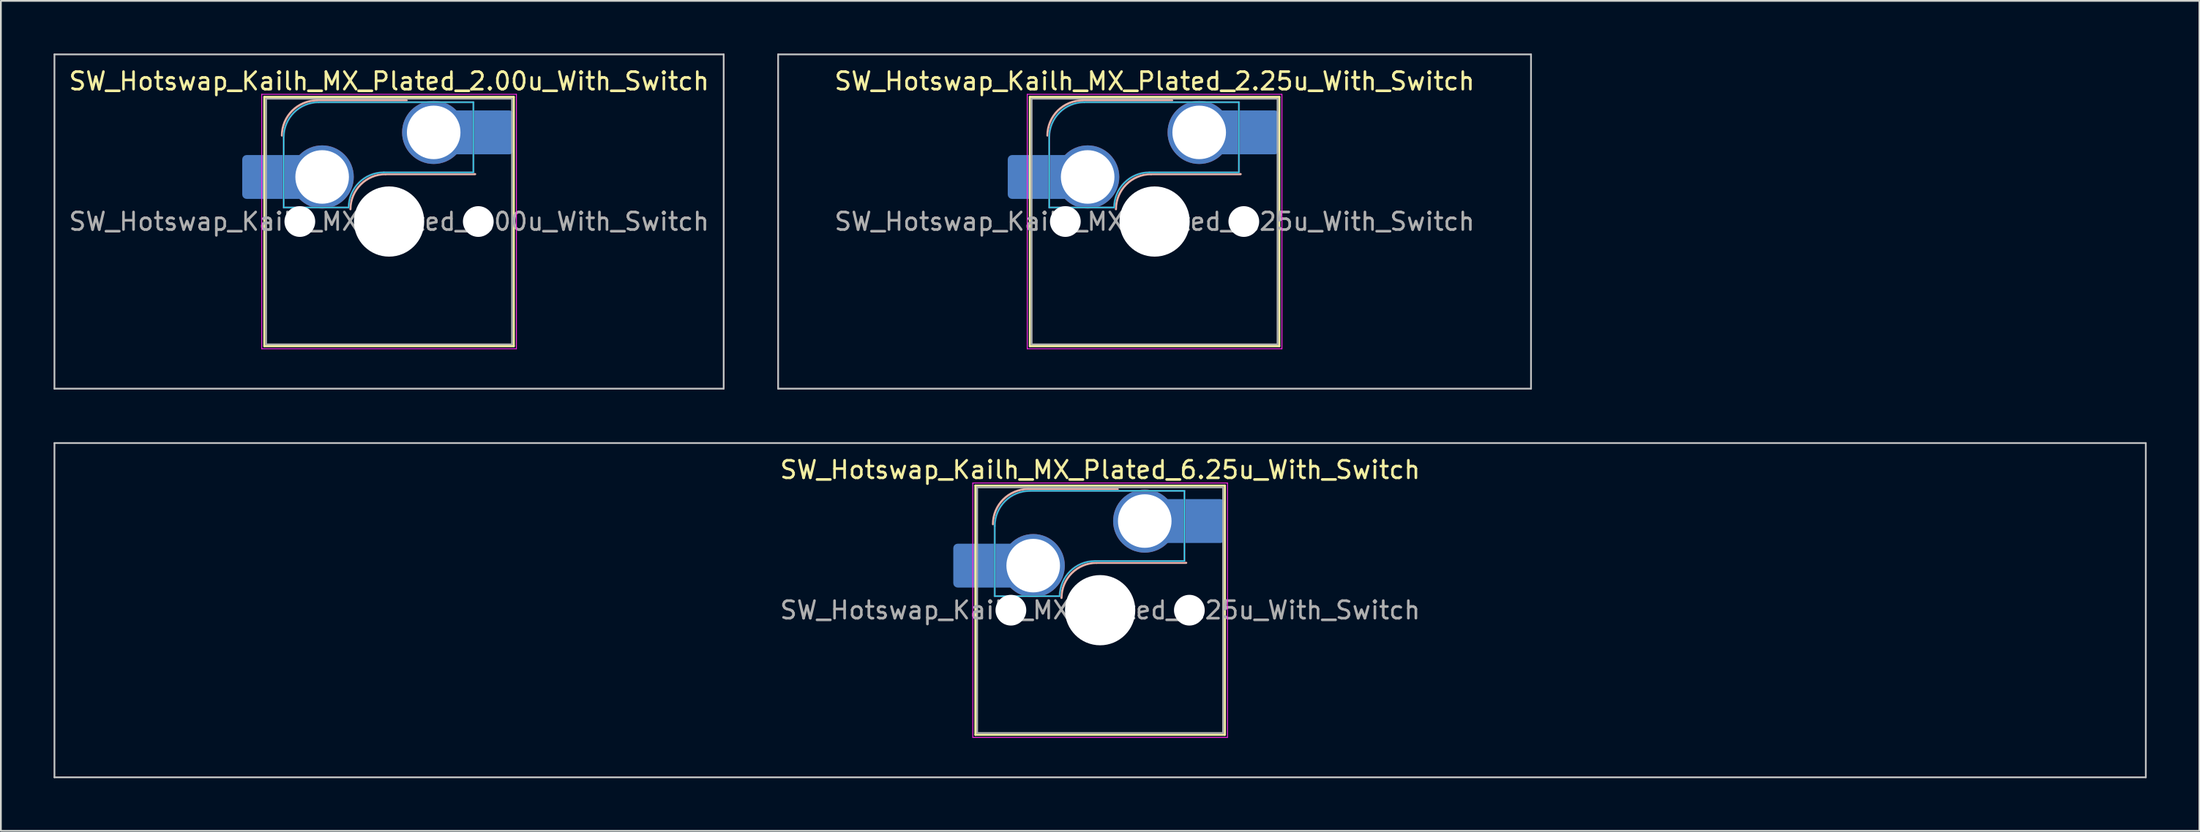
<source format=kicad_pcb>
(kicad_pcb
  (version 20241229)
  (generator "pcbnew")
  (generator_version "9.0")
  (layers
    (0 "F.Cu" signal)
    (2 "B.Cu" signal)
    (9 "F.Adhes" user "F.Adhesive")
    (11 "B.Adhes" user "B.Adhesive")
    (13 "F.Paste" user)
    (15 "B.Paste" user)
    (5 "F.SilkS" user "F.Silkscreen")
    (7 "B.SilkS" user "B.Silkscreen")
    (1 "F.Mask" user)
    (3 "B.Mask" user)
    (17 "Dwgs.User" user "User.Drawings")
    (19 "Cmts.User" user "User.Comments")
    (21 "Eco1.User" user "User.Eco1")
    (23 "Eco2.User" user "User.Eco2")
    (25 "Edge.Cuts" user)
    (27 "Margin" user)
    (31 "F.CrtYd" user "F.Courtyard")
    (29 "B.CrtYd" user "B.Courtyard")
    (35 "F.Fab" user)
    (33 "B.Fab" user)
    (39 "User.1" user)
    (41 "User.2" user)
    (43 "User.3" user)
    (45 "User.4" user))
  (footprint "SW_Hotswap_Kailh_MX_Plated_6.25u_With_Switch"
    (layer "F.Cu")
    (at 59.581 31.725)
    (property "Reference" "SW_Hotswap_Kailh_MX_Plated_6.25u_With_Switch" (at 0 -8 0) (layer "F.SilkS") (effects (font (size 1 1) (thickness 0.15))))
    (attr smd)
    (fp_line (start -7.1 -7.1) (end -7.1 7.1) (stroke (width 0.12) (type solid)) (layer "F.SilkS"))
    (fp_line (start -7.1 7.1) (end 7.1 7.1) (stroke (width 0.12) (type solid)) (layer "F.SilkS"))
    (fp_line (start 7.1 -7.1) (end -7.1 -7.1) (stroke (width 0.12) (type solid)) (layer "F.SilkS"))
    (fp_line (start 7.1 7.1) (end 7.1 -7.1) (stroke (width 0.12) (type solid)) (layer "F.SilkS"))
    (fp_line (start -4.1 -6.9) (end 1 -6.9) (stroke (width 0.12) (type solid)) (layer "B.SilkS"))
    (fp_line (start -0.2 -2.7) (end 4.9 -2.7) (stroke (width 0.12) (type solid)) (layer "B.SilkS"))
    (fp_arc (start -6.1 -4.9) (mid -5.514214 -6.314214) (end -4.1 -6.9) (stroke (width 0.12) (type solid)) (layer "B.SilkS"))
    (fp_arc (start -2.2 -0.7) (mid -1.614214 -2.114214) (end -0.2 -2.7) (stroke (width 0.12) (type solid)) (layer "B.SilkS"))
    (fp_line (start -59.531 -9.525) (end -59.531 9.525) (stroke (width 0.1) (type solid)) (layer "Dwgs.User"))
    (fp_line (start -59.531 9.525) (end 59.531 9.525) (stroke (width 0.1) (type solid)) (layer "Dwgs.User"))
    (fp_line (start 59.531 -9.525) (end -59.531 -9.525) (stroke (width 0.1) (type solid)) (layer "Dwgs.User"))
    (fp_line (start 59.531 9.525) (end 59.531 -9.525) (stroke (width 0.1) (type solid)) (layer "Dwgs.User"))
    (fp_line (start -7.8 -6) (end -7 -6) (stroke (width 0.1) (type solid)) (layer "Eco1.User"))
    (fp_line (start -7.8 -2.9) (end -7.8 -6) (stroke (width 0.1) (type solid)) (layer "Eco1.User"))
    (fp_line (start -7.8 2.9) (end -7 2.9) (stroke (width 0.1) (type solid)) (layer "Eco1.User"))
    (fp_line (start -7.8 6) (end -7.8 2.9) (stroke (width 0.1) (type solid)) (layer "Eco1.User"))
    (fp_line (start -7 -7) (end 7 -7) (stroke (width 0.1) (type solid)) (layer "Eco1.User"))
    (fp_line (start -7 -6) (end -7 -7) (stroke (width 0.1) (type solid)) (layer "Eco1.User"))
    (fp_line (start -7 -2.9) (end -7.8 -2.9) (stroke (width 0.1) (type solid)) (layer "Eco1.User"))
    (fp_line (start -7 2.9) (end -7 -2.9) (stroke (width 0.1) (type solid)) (layer "Eco1.User"))
    (fp_line (start -7 6) (end -7.8 6) (stroke (width 0.1) (type solid)) (layer "Eco1.User"))
    (fp_line (start -7 7) (end -7 6) (stroke (width 0.1) (type solid)) (layer "Eco1.User"))
    (fp_line (start 7 -7) (end 7 -6) (stroke (width 0.1) (type solid)) (layer "Eco1.User"))
    (fp_line (start 7 -6) (end 7.8 -6) (stroke (width 0.1) (type solid)) (layer "Eco1.User"))
    (fp_line (start 7 -2.9) (end 7 2.9) (stroke (width 0.1) (type solid)) (layer "Eco1.User"))
    (fp_line (start 7 2.9) (end 7.8 2.9) (stroke (width 0.1) (type solid)) (layer "Eco1.User"))
    (fp_line (start 7 6) (end 7 7) (stroke (width 0.1) (type solid)) (layer "Eco1.User"))
    (fp_line (start 7 7) (end -7 7) (stroke (width 0.1) (type solid)) (layer "Eco1.User"))
    (fp_line (start 7.8 -6) (end 7.8 -2.9) (stroke (width 0.1) (type solid)) (layer "Eco1.User"))
    (fp_line (start 7.8 -2.9) (end 7 -2.9) (stroke (width 0.1) (type solid)) (layer "Eco1.User"))
    (fp_line (start 7.8 2.9) (end 7.8 6) (stroke (width 0.1) (type solid)) (layer "Eco1.User"))
    (fp_line (start 7.8 6) (end 7 6) (stroke (width 0.1) (type solid)) (layer "Eco1.User"))
    (fp_line (start -6 -0.8) (end -6 -4.8) (stroke (width 0.05) (type solid)) (layer "B.CrtYd"))
    (fp_line (start -6 -0.8) (end -2.3 -0.8) (stroke (width 0.05) (type solid)) (layer "B.CrtYd"))
    (fp_line (start -4 -6.8) (end 4.8 -6.8) (stroke (width 0.05) (type solid)) (layer "B.CrtYd"))
    (fp_line (start -0.3 -2.8) (end 4.8 -2.8) (stroke (width 0.05) (type solid)) (layer "B.CrtYd"))
    (fp_line (start 4.8 -6.8) (end 4.8 -2.8) (stroke (width 0.05) (type solid)) (layer "B.CrtYd"))
    (fp_arc (start -6 -4.8) (mid -5.414214 -6.214214) (end -4 -6.8) (stroke (width 0.05) (type solid)) (layer "B.CrtYd"))
    (fp_arc (start -2.3 -0.8) (mid -1.714214 -2.214214) (end -0.3 -2.8) (stroke (width 0.05) (type solid)) (layer "B.CrtYd"))
    (fp_line (start -7.25 -7.25) (end -7.25 7.25) (stroke (width 0.05) (type solid)) (layer "F.CrtYd"))
    (fp_line (start -7.25 7.25) (end 7.25 7.25) (stroke (width 0.05) (type solid)) (layer "F.CrtYd"))
    (fp_line (start 7.25 -7.25) (end -7.25 -7.25) (stroke (width 0.05) (type solid)) (layer "F.CrtYd"))
    (fp_line (start 7.25 7.25) (end 7.25 -7.25) (stroke (width 0.05) (type solid)) (layer "F.CrtYd"))
    (fp_line (start -6 -0.8) (end -6 -4.8) (stroke (width 0.12) (type solid)) (layer "B.Fab"))
    (fp_line (start -6 -0.8) (end -2.3 -0.8) (stroke (width 0.12) (type solid)) (layer "B.Fab"))
    (fp_line (start -4 -6.8) (end 4.8 -6.8) (stroke (width 0.12) (type solid)) (layer "B.Fab"))
    (fp_line (start -0.3 -2.8) (end 4.8 -2.8) (stroke (width 0.12) (type solid)) (layer "B.Fab"))
    (fp_line (start 4.8 -6.8) (end 4.8 -2.8) (stroke (width 0.12) (type solid)) (layer "B.Fab"))
    (fp_arc (start -6 -4.8) (mid -5.414214 -6.214214) (end -4 -6.8) (stroke (width 0.12) (type solid)) (layer "B.Fab"))
    (fp_arc (start -2.3 -0.8) (mid -1.714214 -2.214214) (end -0.3 -2.8) (stroke (width 0.12) (type solid)) (layer "B.Fab"))
    (fp_line (start -7 -7) (end -7 7) (stroke (width 0.1) (type solid)) (layer "F.Fab"))
    (fp_line (start -7 7) (end 7 7) (stroke (width 0.1) (type solid)) (layer "F.Fab"))
    (fp_line (start 7 -7) (end -7 -7) (stroke (width 0.1) (type solid)) (layer "F.Fab"))
    (fp_line (start 7 7) (end 7 -7) (stroke (width 0.1) (type solid)) (layer "F.Fab"))
    (fp_text user "${REFERENCE}" (at 0 0 0) (layer "F.Fab") (effects (font (size 1 1) (thickness 0.15))))
    (pad "" smd roundrect (at -7.085 -2.54) (size 2.55 2.5) (layers "B.Mask" "B.Paste") (roundrect_rratio 0.1))
    (pad "" np_thru_hole circle (at -5.08 0) (size 1.75 1.75) (drill 1.75) (layers "*.Cu" "*.Mask"))
    (pad "" np_thru_hole circle (at 0 0) (size 4 4) (drill 4) (layers "*.Cu" "*.Mask"))
    (pad "" np_thru_hole circle (at 5.08 0) (size 1.75 1.75) (drill 1.75) (layers "*.Cu" "*.Mask"))
    (pad "" smd roundrect (at 5.842 -5.08) (size 2.55 2.5) (layers "B.Mask" "B.Paste") (roundrect_rratio 0.1))
    (pad "1" smd roundrect (at -6.585 -2.54) (size 3.55 2.5) (layers "B.Cu") (roundrect_rratio 0.1))
    (pad "1" thru_hole circle (at -3.81 -2.54) (size 3.6 3.6) (drill 3.05) (layers "*.Cu" "*.Mask"))
    (pad "2" thru_hole circle (at 2.54 -5.08) (size 3.6 3.6) (drill 3.05) (layers "*.Cu" "*.Mask"))
    (pad "2" smd roundrect (at 5.32 -5.08) (size 3.55 2.5) (layers "B.Cu") (roundrect_rratio 0.1)))
  (footprint "SW_Hotswap_Kailh_MX_Plated_2.25u_With_Switch"
    (layer "F.Cu")
    (at 62.681 9.575)
    (property "Reference" "SW_Hotswap_Kailh_MX_Plated_2.25u_With_Switch" (at 0 -8 0) (layer "F.SilkS") (effects (font (size 1 1) (thickness 0.15))))
    (attr smd)
    (fp_line (start -7.1 -7.1) (end -7.1 7.1) (stroke (width 0.12) (type solid)) (layer "F.SilkS"))
    (fp_line (start -7.1 7.1) (end 7.1 7.1) (stroke (width 0.12) (type solid)) (layer "F.SilkS"))
    (fp_line (start 7.1 -7.1) (end -7.1 -7.1) (stroke (width 0.12) (type solid)) (layer "F.SilkS"))
    (fp_line (start 7.1 7.1) (end 7.1 -7.1) (stroke (width 0.12) (type solid)) (layer "F.SilkS"))
    (fp_line (start -4.1 -6.9) (end 1 -6.9) (stroke (width 0.12) (type solid)) (layer "B.SilkS"))
    (fp_line (start -0.2 -2.7) (end 4.9 -2.7) (stroke (width 0.12) (type solid)) (layer "B.SilkS"))
    (fp_arc (start -6.1 -4.9) (mid -5.514214 -6.314214) (end -4.1 -6.9) (stroke (width 0.12) (type solid)) (layer "B.SilkS"))
    (fp_arc (start -2.2 -0.7) (mid -1.614214 -2.114214) (end -0.2 -2.7) (stroke (width 0.12) (type solid)) (layer "B.SilkS"))
    (fp_line (start -21.431 -9.525) (end -21.431 9.525) (stroke (width 0.1) (type solid)) (layer "Dwgs.User"))
    (fp_line (start -21.431 9.525) (end 21.431 9.525) (stroke (width 0.1) (type solid)) (layer "Dwgs.User"))
    (fp_line (start 21.431 -9.525) (end -21.431 -9.525) (stroke (width 0.1) (type solid)) (layer "Dwgs.User"))
    (fp_line (start 21.431 9.525) (end 21.431 -9.525) (stroke (width 0.1) (type solid)) (layer "Dwgs.User"))
    (fp_line (start -7.8 -6) (end -7 -6) (stroke (width 0.1) (type solid)) (layer "Eco1.User"))
    (fp_line (start -7.8 -2.9) (end -7.8 -6) (stroke (width 0.1) (type solid)) (layer "Eco1.User"))
    (fp_line (start -7.8 2.9) (end -7 2.9) (stroke (width 0.1) (type solid)) (layer "Eco1.User"))
    (fp_line (start -7.8 6) (end -7.8 2.9) (stroke (width 0.1) (type solid)) (layer "Eco1.User"))
    (fp_line (start -7 -7) (end 7 -7) (stroke (width 0.1) (type solid)) (layer "Eco1.User"))
    (fp_line (start -7 -6) (end -7 -7) (stroke (width 0.1) (type solid)) (layer "Eco1.User"))
    (fp_line (start -7 -2.9) (end -7.8 -2.9) (stroke (width 0.1) (type solid)) (layer "Eco1.User"))
    (fp_line (start -7 2.9) (end -7 -2.9) (stroke (width 0.1) (type solid)) (layer "Eco1.User"))
    (fp_line (start -7 6) (end -7.8 6) (stroke (width 0.1) (type solid)) (layer "Eco1.User"))
    (fp_line (start -7 7) (end -7 6) (stroke (width 0.1) (type solid)) (layer "Eco1.User"))
    (fp_line (start 7 -7) (end 7 -6) (stroke (width 0.1) (type solid)) (layer "Eco1.User"))
    (fp_line (start 7 -6) (end 7.8 -6) (stroke (width 0.1) (type solid)) (layer "Eco1.User"))
    (fp_line (start 7 -2.9) (end 7 2.9) (stroke (width 0.1) (type solid)) (layer "Eco1.User"))
    (fp_line (start 7 2.9) (end 7.8 2.9) (stroke (width 0.1) (type solid)) (layer "Eco1.User"))
    (fp_line (start 7 6) (end 7 7) (stroke (width 0.1) (type solid)) (layer "Eco1.User"))
    (fp_line (start 7 7) (end -7 7) (stroke (width 0.1) (type solid)) (layer "Eco1.User"))
    (fp_line (start 7.8 -6) (end 7.8 -2.9) (stroke (width 0.1) (type solid)) (layer "Eco1.User"))
    (fp_line (start 7.8 -2.9) (end 7 -2.9) (stroke (width 0.1) (type solid)) (layer "Eco1.User"))
    (fp_line (start 7.8 2.9) (end 7.8 6) (stroke (width 0.1) (type solid)) (layer "Eco1.User"))
    (fp_line (start 7.8 6) (end 7 6) (stroke (width 0.1) (type solid)) (layer "Eco1.User"))
    (fp_line (start -6 -0.8) (end -6 -4.8) (stroke (width 0.05) (type solid)) (layer "B.CrtYd"))
    (fp_line (start -6 -0.8) (end -2.3 -0.8) (stroke (width 0.05) (type solid)) (layer "B.CrtYd"))
    (fp_line (start -4 -6.8) (end 4.8 -6.8) (stroke (width 0.05) (type solid)) (layer "B.CrtYd"))
    (fp_line (start -0.3 -2.8) (end 4.8 -2.8) (stroke (width 0.05) (type solid)) (layer "B.CrtYd"))
    (fp_line (start 4.8 -6.8) (end 4.8 -2.8) (stroke (width 0.05) (type solid)) (layer "B.CrtYd"))
    (fp_arc (start -6 -4.8) (mid -5.414214 -6.214214) (end -4 -6.8) (stroke (width 0.05) (type solid)) (layer "B.CrtYd"))
    (fp_arc (start -2.3 -0.8) (mid -1.714214 -2.214214) (end -0.3 -2.8) (stroke (width 0.05) (type solid)) (layer "B.CrtYd"))
    (fp_line (start -7.25 -7.25) (end -7.25 7.25) (stroke (width 0.05) (type solid)) (layer "F.CrtYd"))
    (fp_line (start -7.25 7.25) (end 7.25 7.25) (stroke (width 0.05) (type solid)) (layer "F.CrtYd"))
    (fp_line (start 7.25 -7.25) (end -7.25 -7.25) (stroke (width 0.05) (type solid)) (layer "F.CrtYd"))
    (fp_line (start 7.25 7.25) (end 7.25 -7.25) (stroke (width 0.05) (type solid)) (layer "F.CrtYd"))
    (fp_line (start -6 -0.8) (end -6 -4.8) (stroke (width 0.12) (type solid)) (layer "B.Fab"))
    (fp_line (start -6 -0.8) (end -2.3 -0.8) (stroke (width 0.12) (type solid)) (layer "B.Fab"))
    (fp_line (start -4 -6.8) (end 4.8 -6.8) (stroke (width 0.12) (type solid)) (layer "B.Fab"))
    (fp_line (start -0.3 -2.8) (end 4.8 -2.8) (stroke (width 0.12) (type solid)) (layer "B.Fab"))
    (fp_line (start 4.8 -6.8) (end 4.8 -2.8) (stroke (width 0.12) (type solid)) (layer "B.Fab"))
    (fp_arc (start -6 -4.8) (mid -5.414214 -6.214214) (end -4 -6.8) (stroke (width 0.12) (type solid)) (layer "B.Fab"))
    (fp_arc (start -2.3 -0.8) (mid -1.714214 -2.214214) (end -0.3 -2.8) (stroke (width 0.12) (type solid)) (layer "B.Fab"))
    (fp_line (start -7 -7) (end -7 7) (stroke (width 0.1) (type solid)) (layer "F.Fab"))
    (fp_line (start -7 7) (end 7 7) (stroke (width 0.1) (type solid)) (layer "F.Fab"))
    (fp_line (start 7 -7) (end -7 -7) (stroke (width 0.1) (type solid)) (layer "F.Fab"))
    (fp_line (start 7 7) (end 7 -7) (stroke (width 0.1) (type solid)) (layer "F.Fab"))
    (fp_text user "${REFERENCE}" (at 0 0 0) (layer "F.Fab") (effects (font (size 1 1) (thickness 0.15))))
    (pad "" smd roundrect (at -7.085 -2.54) (size 2.55 2.5) (layers "B.Mask" "B.Paste") (roundrect_rratio 0.1))
    (pad "" np_thru_hole circle (at -5.08 0) (size 1.75 1.75) (drill 1.75) (layers "*.Cu" "*.Mask"))
    (pad "" np_thru_hole circle (at 0 0) (size 4 4) (drill 4) (layers "*.Cu" "*.Mask"))
    (pad "" np_thru_hole circle (at 5.08 0) (size 1.75 1.75) (drill 1.75) (layers "*.Cu" "*.Mask"))
    (pad "" smd roundrect (at 5.842 -5.08) (size 2.55 2.5) (layers "B.Mask" "B.Paste") (roundrect_rratio 0.1))
    (pad "1" smd roundrect (at -6.585 -2.54) (size 3.55 2.5) (layers "B.Cu") (roundrect_rratio 0.1))
    (pad "1" thru_hole circle (at -3.81 -2.54) (size 3.6 3.6) (drill 3.05) (layers "*.Cu" "*.Mask"))
    (pad "2" thru_hole circle (at 2.54 -5.08) (size 3.6 3.6) (drill 3.05) (layers "*.Cu" "*.Mask"))
    (pad "2" smd roundrect (at 5.32 -5.08) (size 3.55 2.5) (layers "B.Cu") (roundrect_rratio 0.1)))
  (footprint "SW_Hotswap_Kailh_MX_Plated_2.00u_With_Switch"
    (layer "F.Cu")
    (at 19.1 9.575)
    (property "Reference" "SW_Hotswap_Kailh_MX_Plated_2.00u_With_Switch" (at 0 -8 0) (layer "F.SilkS") (effects (font (size 1 1) (thickness 0.15))))
    (attr smd)
    (fp_line (start -7.1 -7.1) (end -7.1 7.1) (stroke (width 0.12) (type solid)) (layer "F.SilkS"))
    (fp_line (start -7.1 7.1) (end 7.1 7.1) (stroke (width 0.12) (type solid)) (layer "F.SilkS"))
    (fp_line (start 7.1 -7.1) (end -7.1 -7.1) (stroke (width 0.12) (type solid)) (layer "F.SilkS"))
    (fp_line (start 7.1 7.1) (end 7.1 -7.1) (stroke (width 0.12) (type solid)) (layer "F.SilkS"))
    (fp_line (start -4.1 -6.9) (end 1 -6.9) (stroke (width 0.12) (type solid)) (layer "B.SilkS"))
    (fp_line (start -0.2 -2.7) (end 4.9 -2.7) (stroke (width 0.12) (type solid)) (layer "B.SilkS"))
    (fp_arc (start -6.1 -4.9) (mid -5.514214 -6.314214) (end -4.1 -6.9) (stroke (width 0.12) (type solid)) (layer "B.SilkS"))
    (fp_arc (start -2.2 -0.7) (mid -1.614214 -2.114214) (end -0.2 -2.7) (stroke (width 0.12) (type solid)) (layer "B.SilkS"))
    (fp_line (start -19.05 -9.525) (end -19.05 9.525) (stroke (width 0.1) (type solid)) (layer "Dwgs.User"))
    (fp_line (start -19.05 9.525) (end 19.05 9.525) (stroke (width 0.1) (type solid)) (layer "Dwgs.User"))
    (fp_line (start 19.05 -9.525) (end -19.05 -9.525) (stroke (width 0.1) (type solid)) (layer "Dwgs.User"))
    (fp_line (start 19.05 9.525) (end 19.05 -9.525) (stroke (width 0.1) (type solid)) (layer "Dwgs.User"))
    (fp_line (start -7.8 -6) (end -7 -6) (stroke (width 0.1) (type solid)) (layer "Eco1.User"))
    (fp_line (start -7.8 -2.9) (end -7.8 -6) (stroke (width 0.1) (type solid)) (layer "Eco1.User"))
    (fp_line (start -7.8 2.9) (end -7 2.9) (stroke (width 0.1) (type solid)) (layer "Eco1.User"))
    (fp_line (start -7.8 6) (end -7.8 2.9) (stroke (width 0.1) (type solid)) (layer "Eco1.User"))
    (fp_line (start -7 -7) (end 7 -7) (stroke (width 0.1) (type solid)) (layer "Eco1.User"))
    (fp_line (start -7 -6) (end -7 -7) (stroke (width 0.1) (type solid)) (layer "Eco1.User"))
    (fp_line (start -7 -2.9) (end -7.8 -2.9) (stroke (width 0.1) (type solid)) (layer "Eco1.User"))
    (fp_line (start -7 2.9) (end -7 -2.9) (stroke (width 0.1) (type solid)) (layer "Eco1.User"))
    (fp_line (start -7 6) (end -7.8 6) (stroke (width 0.1) (type solid)) (layer "Eco1.User"))
    (fp_line (start -7 7) (end -7 6) (stroke (width 0.1) (type solid)) (layer "Eco1.User"))
    (fp_line (start 7 -7) (end 7 -6) (stroke (width 0.1) (type solid)) (layer "Eco1.User"))
    (fp_line (start 7 -6) (end 7.8 -6) (stroke (width 0.1) (type solid)) (layer "Eco1.User"))
    (fp_line (start 7 -2.9) (end 7 2.9) (stroke (width 0.1) (type solid)) (layer "Eco1.User"))
    (fp_line (start 7 2.9) (end 7.8 2.9) (stroke (width 0.1) (type solid)) (layer "Eco1.User"))
    (fp_line (start 7 6) (end 7 7) (stroke (width 0.1) (type solid)) (layer "Eco1.User"))
    (fp_line (start 7 7) (end -7 7) (stroke (width 0.1) (type solid)) (layer "Eco1.User"))
    (fp_line (start 7.8 -6) (end 7.8 -2.9) (stroke (width 0.1) (type solid)) (layer "Eco1.User"))
    (fp_line (start 7.8 -2.9) (end 7 -2.9) (stroke (width 0.1) (type solid)) (layer "Eco1.User"))
    (fp_line (start 7.8 2.9) (end 7.8 6) (stroke (width 0.1) (type solid)) (layer "Eco1.User"))
    (fp_line (start 7.8 6) (end 7 6) (stroke (width 0.1) (type solid)) (layer "Eco1.User"))
    (fp_line (start -6 -0.8) (end -6 -4.8) (stroke (width 0.05) (type solid)) (layer "B.CrtYd"))
    (fp_line (start -6 -0.8) (end -2.3 -0.8) (stroke (width 0.05) (type solid)) (layer "B.CrtYd"))
    (fp_line (start -4 -6.8) (end 4.8 -6.8) (stroke (width 0.05) (type solid)) (layer "B.CrtYd"))
    (fp_line (start -0.3 -2.8) (end 4.8 -2.8) (stroke (width 0.05) (type solid)) (layer "B.CrtYd"))
    (fp_line (start 4.8 -6.8) (end 4.8 -2.8) (stroke (width 0.05) (type solid)) (layer "B.CrtYd"))
    (fp_arc (start -6 -4.8) (mid -5.414214 -6.214214) (end -4 -6.8) (stroke (width 0.05) (type solid)) (layer "B.CrtYd"))
    (fp_arc (start -2.3 -0.8) (mid -1.714214 -2.214214) (end -0.3 -2.8) (stroke (width 0.05) (type solid)) (layer "B.CrtYd"))
    (fp_line (start -7.25 -7.25) (end -7.25 7.25) (stroke (width 0.05) (type solid)) (layer "F.CrtYd"))
    (fp_line (start -7.25 7.25) (end 7.25 7.25) (stroke (width 0.05) (type solid)) (layer "F.CrtYd"))
    (fp_line (start 7.25 -7.25) (end -7.25 -7.25) (stroke (width 0.05) (type solid)) (layer "F.CrtYd"))
    (fp_line (start 7.25 7.25) (end 7.25 -7.25) (stroke (width 0.05) (type solid)) (layer "F.CrtYd"))
    (fp_line (start -6 -0.8) (end -6 -4.8) (stroke (width 0.12) (type solid)) (layer "B.Fab"))
    (fp_line (start -6 -0.8) (end -2.3 -0.8) (stroke (width 0.12) (type solid)) (layer "B.Fab"))
    (fp_line (start -4 -6.8) (end 4.8 -6.8) (stroke (width 0.12) (type solid)) (layer "B.Fab"))
    (fp_line (start -0.3 -2.8) (end 4.8 -2.8) (stroke (width 0.12) (type solid)) (layer "B.Fab"))
    (fp_line (start 4.8 -6.8) (end 4.8 -2.8) (stroke (width 0.12) (type solid)) (layer "B.Fab"))
    (fp_arc (start -6 -4.8) (mid -5.414214 -6.214214) (end -4 -6.8) (stroke (width 0.12) (type solid)) (layer "B.Fab"))
    (fp_arc (start -2.3 -0.8) (mid -1.714214 -2.214214) (end -0.3 -2.8) (stroke (width 0.12) (type solid)) (layer "B.Fab"))
    (fp_line (start -7 -7) (end -7 7) (stroke (width 0.1) (type solid)) (layer "F.Fab"))
    (fp_line (start -7 7) (end 7 7) (stroke (width 0.1) (type solid)) (layer "F.Fab"))
    (fp_line (start 7 -7) (end -7 -7) (stroke (width 0.1) (type solid)) (layer "F.Fab"))
    (fp_line (start 7 7) (end 7 -7) (stroke (width 0.1) (type solid)) (layer "F.Fab"))
    (fp_text user "${REFERENCE}" (at 0 0 0) (layer "F.Fab") (effects (font (size 1 1) (thickness 0.15))))
    (pad "" smd roundrect (at -7.085 -2.54) (size 2.55 2.5) (layers "B.Mask" "B.Paste") (roundrect_rratio 0.1))
    (pad "" np_thru_hole circle (at -5.08 0) (size 1.75 1.75) (drill 1.75) (layers "*.Cu" "*.Mask"))
    (pad "" np_thru_hole circle (at 0 0) (size 4 4) (drill 4) (layers "*.Cu" "*.Mask"))
    (pad "" np_thru_hole circle (at 5.08 0) (size 1.75 1.75) (drill 1.75) (layers "*.Cu" "*.Mask"))
    (pad "" smd roundrect (at 5.842 -5.08) (size 2.55 2.5) (layers "B.Mask" "B.Paste") (roundrect_rratio 0.1))
    (pad "1" smd roundrect (at -6.585 -2.54) (size 3.55 2.5) (layers "B.Cu") (roundrect_rratio 0.1))
    (pad "1" thru_hole circle (at -3.81 -2.54) (size 3.6 3.6) (drill 3.05) (layers "*.Cu" "*.Mask"))
    (pad "2" thru_hole circle (at 2.54 -5.08) (size 3.6 3.6) (drill 3.05) (layers "*.Cu" "*.Mask"))
    (pad "2" smd roundrect (at 5.32 -5.08) (size 3.55 2.5) (layers "B.Cu") (roundrect_rratio 0.1)))
  (gr_rect
    (start -3 -3)
    (end 122.162 44.3)
    (stroke (width 0.1) (type default))
    (fill no)
    (layer "Edge.Cuts")))
</source>
